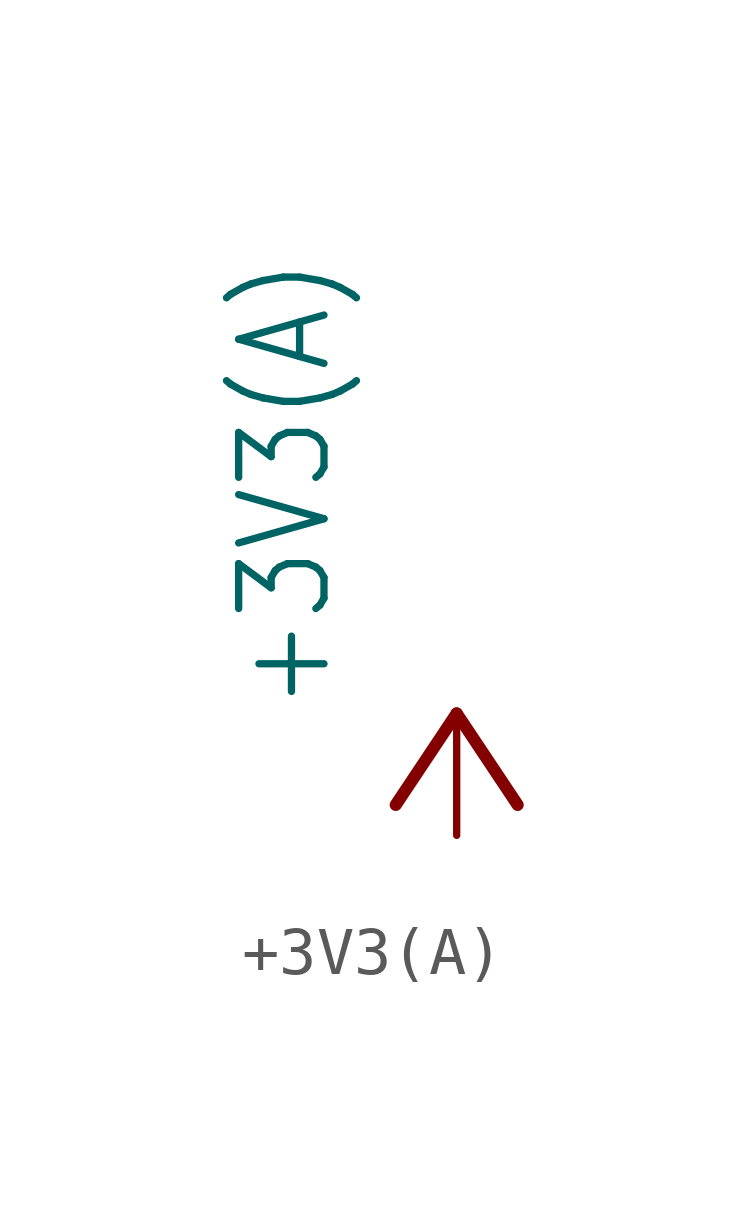
<source format=kicad_sym>
(kicad_symbol_lib
  (version 20211014)
  (generator kicad_symbol_editor)
  (symbol "+3V3(A)"
    (power)
    (property "Reference" "#+3V3(A)"
      (at 0 0 0)
      (effects (font (size 1.27 1.27)) hide))
    (property "Value" "+3V3(A)"
      (at -2.54 0 90)
      (effects (font (size 1.778 1.511)) (justify left bottom)))
    (property "ki_locked" ""
      (at 0 0 0)
      (effects (font (size 1.27 1.27))))
    (symbol "+3V3(A)_1_0"
      (polyline (pts (xy 0 0) (xy -1.27 -1.905)) (stroke (width 0.254) (type default) (color 0 0 0 0)) (fill (type none)))
      (polyline (pts (xy 1.27 -1.905) (xy 0 0)) (stroke (width 0.254) (type default) (color 0 0 0 0)) (fill (type none)))
      (pin power_in line (at 0 -2.54 90) (length 2.54) (name "+3V3(A)" (effects (font (size 0 0)))) (number "1" (effects (font (size 0 0))))))))
</source>
